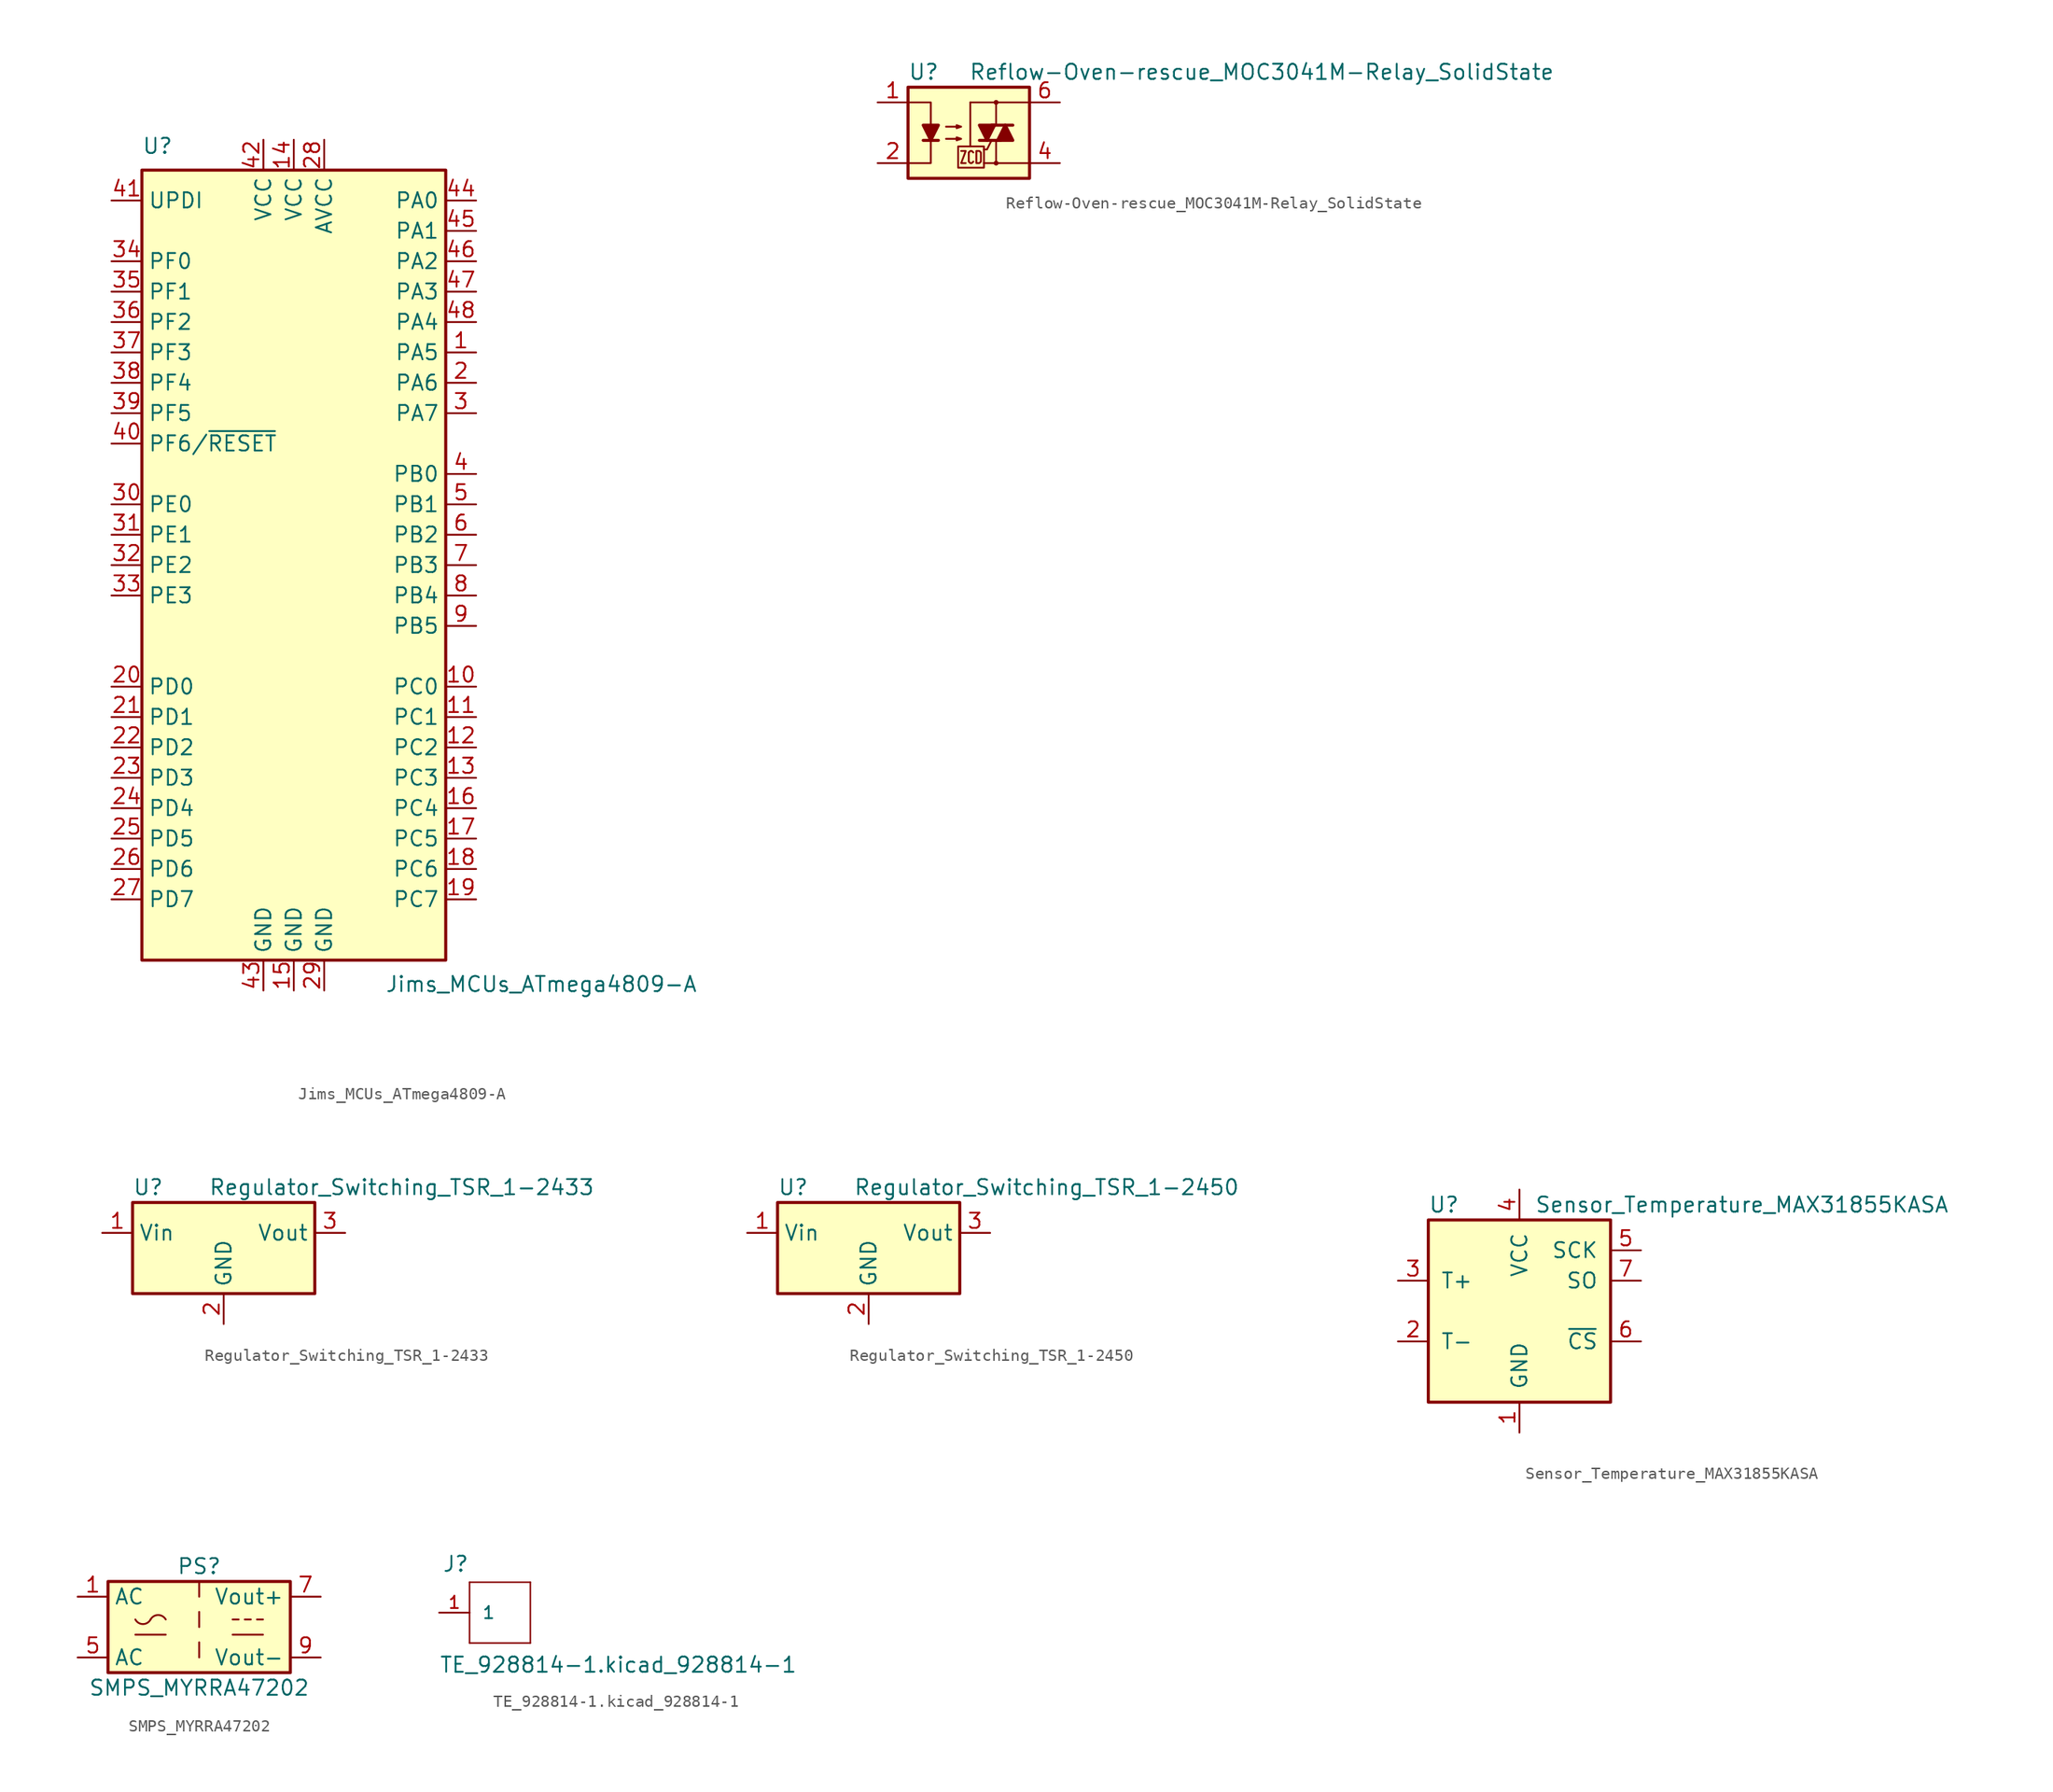
<source format=kicad_sym>
(kicad_symbol_lib
  (version 20231120)
  (generator "kicad_symbol_editor")
  (generator_version "8.0")
  (symbol "Jims_MCUs_ATmega4809-A"
    (property "Reference" "U"
      (at -12.7 34.29 0)
      (effects (font (size 1.27 1.27)) (justify left bottom)))
    (property "Value" "Jims_MCUs_ATmega4809-A"
      (at 7.62 -34.29 0)
      (effects (font (size 1.27 1.27)) (justify left top)))
    (symbol "Jims_MCUs_ATmega4809-A_0_1"
      (rectangle (start -12.7 -33.02) (end 12.7 33.02) (stroke (width 0.254) (type solid)) (fill (type background))))
    (symbol "Jims_MCUs_ATmega4809-A_1_1"
      (pin bidirectional line (at 15.24 17.78 180) (length 2.54) (name "PA5" (effects (font (size 1.27 1.27)))) (number "1" (effects (font (size 1.27 1.27)))))
      (pin bidirectional line (at 15.24 -10.16 180) (length 2.54) (name "PC0" (effects (font (size 1.27 1.27)))) (number "10" (effects (font (size 1.27 1.27)))))
      (pin bidirectional line (at 15.24 -12.7 180) (length 2.54) (name "PC1" (effects (font (size 1.27 1.27)))) (number "11" (effects (font (size 1.27 1.27)))))
      (pin bidirectional line (at 15.24 -15.24 180) (length 2.54) (name "PC2" (effects (font (size 1.27 1.27)))) (number "12" (effects (font (size 1.27 1.27)))))
      (pin bidirectional line (at 15.24 -17.78 180) (length 2.54) (name "PC3" (effects (font (size 1.27 1.27)))) (number "13" (effects (font (size 1.27 1.27)))))
      (pin power_in line (at 0 35.56 270) (length 2.54) (name "VCC" (effects (font (size 1.27 1.27)))) (number "14" (effects (font (size 1.27 1.27)))))
      (pin power_in line (at 0 -35.56 90) (length 2.54) (name "GND" (effects (font (size 1.27 1.27)))) (number "15" (effects (font (size 1.27 1.27)))))
      (pin bidirectional line (at 15.24 -20.32 180) (length 2.54) (name "PC4" (effects (font (size 1.27 1.27)))) (number "16" (effects (font (size 1.27 1.27)))))
      (pin bidirectional line (at 15.24 -22.86 180) (length 2.54) (name "PC5" (effects (font (size 1.27 1.27)))) (number "17" (effects (font (size 1.27 1.27)))))
      (pin bidirectional line (at 15.24 -25.4 180) (length 2.54) (name "PC6" (effects (font (size 1.27 1.27)))) (number "18" (effects (font (size 1.27 1.27)))))
      (pin bidirectional line (at 15.24 -27.94 180) (length 2.54) (name "PC7" (effects (font (size 1.27 1.27)))) (number "19" (effects (font (size 1.27 1.27)))))
      (pin bidirectional line (at 15.24 15.24 180) (length 2.54) (name "PA6" (effects (font (size 1.27 1.27)))) (number "2" (effects (font (size 1.27 1.27)))))
      (pin bidirectional line (at -15.24 -10.16 0) (length 2.54) (name "PD0" (effects (font (size 1.27 1.27)))) (number "20" (effects (font (size 1.27 1.27)))))
      (pin bidirectional line (at -15.24 -12.7 0) (length 2.54) (name "PD1" (effects (font (size 1.27 1.27)))) (number "21" (effects (font (size 1.27 1.27)))))
      (pin bidirectional line (at -15.24 -15.24 0) (length 2.54) (name "PD2" (effects (font (size 1.27 1.27)))) (number "22" (effects (font (size 1.27 1.27)))))
      (pin bidirectional line (at -15.24 -17.78 0) (length 2.54) (name "PD3" (effects (font (size 1.27 1.27)))) (number "23" (effects (font (size 1.27 1.27)))))
      (pin bidirectional line (at -15.24 -20.32 0) (length 2.54) (name "PD4" (effects (font (size 1.27 1.27)))) (number "24" (effects (font (size 1.27 1.27)))))
      (pin bidirectional line (at -15.24 -22.86 0) (length 2.54) (name "PD5" (effects (font (size 1.27 1.27)))) (number "25" (effects (font (size 1.27 1.27)))))
      (pin bidirectional line (at -15.24 -25.4 0) (length 2.54) (name "PD6" (effects (font (size 1.27 1.27)))) (number "26" (effects (font (size 1.27 1.27)))))
      (pin bidirectional line (at -15.24 -27.94 0) (length 2.54) (name "PD7" (effects (font (size 1.27 1.27)))) (number "27" (effects (font (size 1.27 1.27)))))
      (pin power_in line (at 2.54 35.56 270) (length 2.54) (name "AVCC" (effects (font (size 1.27 1.27)))) (number "28" (effects (font (size 1.27 1.27)))))
      (pin power_in line (at 2.54 -35.56 90) (length 2.54) (name "GND" (effects (font (size 1.27 1.27)))) (number "29" (effects (font (size 1.27 1.27)))))
      (pin bidirectional line (at 15.24 12.7 180) (length 2.54) (name "PA7" (effects (font (size 1.27 1.27)))) (number "3" (effects (font (size 1.27 1.27)))))
      (pin bidirectional line (at -15.24 5.08 0) (length 2.54) (name "PE0" (effects (font (size 1.27 1.27)))) (number "30" (effects (font (size 1.27 1.27)))))
      (pin bidirectional line (at -15.24 2.54 0) (length 2.54) (name "PE1" (effects (font (size 1.27 1.27)))) (number "31" (effects (font (size 1.27 1.27)))))
      (pin bidirectional line (at -15.24 0 0) (length 2.54) (name "PE2" (effects (font (size 1.27 1.27)))) (number "32" (effects (font (size 1.27 1.27)))))
      (pin bidirectional line (at -15.24 -2.54 0) (length 2.54) (name "PE3" (effects (font (size 1.27 1.27)))) (number "33" (effects (font (size 1.27 1.27)))))
      (pin bidirectional line (at -15.24 25.4 0) (length 2.54) (name "PF0" (effects (font (size 1.27 1.27)))) (number "34" (effects (font (size 1.27 1.27)))))
      (pin bidirectional line (at -15.24 22.86 0) (length 2.54) (name "PF1" (effects (font (size 1.27 1.27)))) (number "35" (effects (font (size 1.27 1.27)))))
      (pin bidirectional line (at -15.24 20.32 0) (length 2.54) (name "PF2" (effects (font (size 1.27 1.27)))) (number "36" (effects (font (size 1.27 1.27)))))
      (pin bidirectional line (at -15.24 17.78 0) (length 2.54) (name "PF3" (effects (font (size 1.27 1.27)))) (number "37" (effects (font (size 1.27 1.27)))))
      (pin bidirectional line (at -15.24 15.24 0) (length 2.54) (name "PF4" (effects (font (size 1.27 1.27)))) (number "38" (effects (font (size 1.27 1.27)))))
      (pin bidirectional line (at -15.24 12.7 0) (length 2.54) (name "PF5" (effects (font (size 1.27 1.27)))) (number "39" (effects (font (size 1.27 1.27)))))
      (pin bidirectional line (at 15.24 7.62 180) (length 2.54) (name "PB0" (effects (font (size 1.27 1.27)))) (number "4" (effects (font (size 1.27 1.27)))))
      (pin bidirectional line (at -15.24 10.16 0) (length 2.54) (name "PF6/~{RESET}" (effects (font (size 1.27 1.27)))) (number "40" (effects (font (size 1.27 1.27)))))
      (pin bidirectional line (at -15.24 30.48 0) (length 2.54) (name "UPDI" (effects (font (size 1.27 1.27)))) (number "41" (effects (font (size 1.27 1.27)))))
      (pin power_in line (at -2.54 35.56 270) (length 2.54) (name "VCC" (effects (font (size 1.27 1.27)))) (number "42" (effects (font (size 1.27 1.27)))))
      (pin power_in line (at -2.54 -35.56 90) (length 2.54) (name "GND" (effects (font (size 1.27 1.27)))) (number "43" (effects (font (size 1.27 1.27)))))
      (pin bidirectional line (at 15.24 30.48 180) (length 2.54) (name "PA0" (effects (font (size 1.27 1.27)))) (number "44" (effects (font (size 1.27 1.27)))))
      (pin bidirectional line (at 15.24 27.94 180) (length 2.54) (name "PA1" (effects (font (size 1.27 1.27)))) (number "45" (effects (font (size 1.27 1.27)))))
      (pin bidirectional line (at 15.24 25.4 180) (length 2.54) (name "PA2" (effects (font (size 1.27 1.27)))) (number "46" (effects (font (size 1.27 1.27)))))
      (pin bidirectional line (at 15.24 22.86 180) (length 2.54) (name "PA3" (effects (font (size 1.27 1.27)))) (number "47" (effects (font (size 1.27 1.27)))))
      (pin bidirectional line (at 15.24 20.32 180) (length 2.54) (name "PA4" (effects (font (size 1.27 1.27)))) (number "48" (effects (font (size 1.27 1.27)))))
      (pin bidirectional line (at 15.24 5.08 180) (length 2.54) (name "PB1" (effects (font (size 1.27 1.27)))) (number "5" (effects (font (size 1.27 1.27)))))
      (pin bidirectional line (at 15.24 2.54 180) (length 2.54) (name "PB2" (effects (font (size 1.27 1.27)))) (number "6" (effects (font (size 1.27 1.27)))))
      (pin bidirectional line (at 15.24 0 180) (length 2.54) (name "PB3" (effects (font (size 1.27 1.27)))) (number "7" (effects (font (size 1.27 1.27)))))
      (pin bidirectional line (at 15.24 -2.54 180) (length 2.54) (name "PB4" (effects (font (size 1.27 1.27)))) (number "8" (effects (font (size 1.27 1.27)))))
      (pin bidirectional line (at 15.24 -5.08 180) (length 2.54) (name "PB5" (effects (font (size 1.27 1.27)))) (number "9" (effects (font (size 1.27 1.27)))))))
  (symbol "Reflow-Oven-rescue_MOC3041M-Relay_SolidState"
    (pin_names
      (offset 1.016))
    (property "Reference" "U"
      (at -5.08 5.08 0)
      (effects (font (size 1.27 1.27)) (justify left)))
    (property "Value" "Reflow-Oven-rescue_MOC3041M-Relay_SolidState"
      (at 0 5.08 0)
      (effects (font (size 1.27 1.27)) (justify left)))
    (symbol "Reflow-Oven-rescue_MOC3041M-Relay_SolidState_0_1"
      (rectangle (start -5.08 3.81) (end 5.08 -3.81) (stroke (width 0.254) (type solid)) (fill (type background)))
      (polyline (pts (xy -3.81 -0.635) (xy -2.54 -0.635)) (stroke (width 0.254) (type solid)) (fill (type none)))
      (polyline (pts (xy 0.127 -1.143) (xy 0.127 2.54)) (stroke (width 0) (type solid)) (fill (type none)))
      (polyline (pts (xy 0.127 2.54) (xy 2.286 2.54)) (stroke (width 0) (type solid)) (fill (type none)))
      (polyline (pts (xy 1.905 0.635) (xy 3.683 0.635)) (stroke (width 0.254) (type solid)) (fill (type none)))
      (polyline (pts (xy 2.286 -2.54) (xy 1.27 -2.54)) (stroke (width 0) (type solid)) (fill (type none)))
      (polyline (pts (xy 2.286 -2.54) (xy 2.286 -0.635)) (stroke (width 0) (type solid)) (fill (type none)))
      (polyline (pts (xy 2.286 -2.54) (xy 5.08 -2.54)) (stroke (width 0) (type solid)) (fill (type none)))
      (polyline (pts (xy 2.286 2.54) (xy 2.286 0.635)) (stroke (width 0) (type solid)) (fill (type none)))
      (polyline (pts (xy 2.286 2.54) (xy 5.08 2.54)) (stroke (width 0) (type solid)) (fill (type none)))
      (polyline (pts (xy 2.667 -0.635) (xy 0.889 -0.635)) (stroke (width 0.254) (type solid)) (fill (type none)))
      (polyline (pts (xy -5.08 2.54) (xy -3.175 2.54) (xy -3.175 0.635)) (stroke (width 0) (type solid)) (fill (type none)))
      (polyline (pts (xy -3.175 -0.635) (xy -3.175 -2.54) (xy -5.08 -2.54)) (stroke (width 0) (type solid)) (fill (type none)))
      (polyline (pts (xy 1.905 -0.635) (xy 1.524 -1.397) (xy 1.27 -1.397)) (stroke (width 0) (type solid)) (fill (type none)))
      (polyline (pts (xy -3.175 -0.635) (xy -3.81 0.635) (xy -2.54 0.635) (xy -3.175 -0.635)) (stroke (width 0.254) (type solid)) (fill (type outline)))
      (polyline (pts (xy -0.635 -1.524) (xy -0.254 -1.524) (xy -0.635 -2.54) (xy -0.254 -2.54)) (stroke (width 0) (type solid)) (fill (type none)))
      (polyline (pts (xy 0 -1.651) (xy 0.127 -1.524) (xy 0.254 -1.524) (xy 0.381 -1.651)) (stroke (width 0) (type solid)) (fill (type none)))
      (polyline (pts (xy 1.524 -0.635) (xy 2.159 0.635) (xy 0.889 0.635) (xy 1.524 -0.635)) (stroke (width 0.254) (type solid)) (fill (type outline)))
      (polyline (pts (xy 3.048 0.635) (xy 2.413 -0.635) (xy 3.683 -0.635) (xy 3.048 0.635)) (stroke (width 0.254) (type solid)) (fill (type outline)))
      (polyline (pts (xy -1.905 -0.508) (xy -0.635 -0.508) (xy -1.016 -0.635) (xy -1.016 -0.381) (xy -0.635 -0.508)) (stroke (width 0) (type solid)) (fill (type none)))
      (polyline (pts (xy -1.905 0.508) (xy -0.635 0.508) (xy -1.016 0.381) (xy -1.016 0.635) (xy -0.635 0.508)) (stroke (width 0) (type solid)) (fill (type none)))
      (polyline (pts (xy -0.889 -1.143) (xy -0.889 -2.921) (xy 1.27 -2.921) (xy 1.27 -1.143) (xy -0.889 -1.143)) (stroke (width 0) (type solid)) (fill (type none)))
      (polyline (pts (xy 0.381 -2.413) (xy 0.254 -2.54) (xy 0.127 -2.54) (xy 0 -2.413) (xy 0 -1.651)) (stroke (width 0) (type solid)) (fill (type none)))
      (polyline (pts (xy 0.635 -1.524) (xy 0.635 -2.54) (xy 0.889 -2.54) (xy 1.016 -2.413) (xy 1.016 -1.651) (xy 0.889 -1.524) (xy 0.635 -1.524)) (stroke (width 0) (type solid)) (fill (type none)))
      (circle (center 2.286 -2.54) (radius 0.127) (stroke (width 0) (type solid)) (fill (type none)))
      (circle (center 2.286 2.54) (radius 0.127) (stroke (width 0) (type solid)) (fill (type none))))
    (symbol "Reflow-Oven-rescue_MOC3041M-Relay_SolidState_1_1"
      (pin passive line (at -7.62 2.54 0) (length 2.54) (name "~" (effects (font (size 1.27 1.27)))) (number "1" (effects (font (size 1.27 1.27)))))
      (pin passive line (at -7.62 -2.54 0) (length 2.54) (name "~" (effects (font (size 1.27 1.27)))) (number "2" (effects (font (size 1.27 1.27)))))
      (pin no_connect line (at -7.62 0 0) (length 2.54) hide (name "NC" (effects (font (size 1.27 1.27)))) (number "3" (effects (font (size 1.27 1.27)))))
      (pin passive line (at 7.62 -2.54 180) (length 2.54) (name "~" (effects (font (size 1.27 1.27)))) (number "4" (effects (font (size 1.27 1.27)))))
      (pin no_connect line (at 7.62 0 180) (length 2.54) hide (name "NC" (effects (font (size 1.27 1.27)))) (number "5" (effects (font (size 1.27 1.27)))))
      (pin passive line (at 7.62 2.54 180) (length 2.54) (name "~" (effects (font (size 1.27 1.27)))) (number "6" (effects (font (size 1.27 1.27)))))))
  (symbol "Regulator_Switching_TSR_1-2433"
    (property "Reference" "U"
      (at -7.62 6.35 0)
      (effects (font (size 1.27 1.27)) (justify left)))
    (property "Value" "Regulator_Switching_TSR_1-2433"
      (at -1.27 6.35 0)
      (effects (font (size 1.27 1.27)) (justify left)))
    (symbol "Regulator_Switching_TSR_1-2433_0_1"
      (rectangle (start -7.62 5.08) (end 7.62 -2.54) (stroke (width 0.254) (type solid)) (fill (type background))))
    (symbol "Regulator_Switching_TSR_1-2433_1_1"
      (pin power_in line (at -10.16 2.54 0) (length 2.54) (name "Vin" (effects (font (size 1.27 1.27)))) (number "1" (effects (font (size 1.27 1.27)))))
      (pin power_in line (at 0 -5.08 90) (length 2.54) (name "GND" (effects (font (size 1.27 1.27)))) (number "2" (effects (font (size 1.27 1.27)))))
      (pin power_out line (at 10.16 2.54 180) (length 2.54) (name "Vout" (effects (font (size 1.27 1.27)))) (number "3" (effects (font (size 1.27 1.27)))))))
  (symbol "Regulator_Switching_TSR_1-2450"
    (property "Reference" "U"
      (at -7.62 6.35 0)
      (effects (font (size 1.27 1.27)) (justify left)))
    (property "Value" "Regulator_Switching_TSR_1-2450"
      (at -1.27 6.35 0)
      (effects (font (size 1.27 1.27)) (justify left)))
    (symbol "Regulator_Switching_TSR_1-2450_0_1"
      (rectangle (start -7.62 5.08) (end 7.62 -2.54) (stroke (width 0.254) (type solid)) (fill (type background))))
    (symbol "Regulator_Switching_TSR_1-2450_1_1"
      (pin power_in line (at -10.16 2.54 0) (length 2.54) (name "Vin" (effects (font (size 1.27 1.27)))) (number "1" (effects (font (size 1.27 1.27)))))
      (pin power_in line (at 0 -5.08 90) (length 2.54) (name "GND" (effects (font (size 1.27 1.27)))) (number "2" (effects (font (size 1.27 1.27)))))
      (pin power_out line (at 10.16 2.54 180) (length 2.54) (name "Vout" (effects (font (size 1.27 1.27)))) (number "3" (effects (font (size 1.27 1.27)))))))
  (symbol "Sensor_Temperature_MAX31855KASA"
    (pin_names
      (offset 1.016))
    (property "Reference" "U"
      (at -7.62 8.89 0)
      (effects (font (size 1.27 1.27)) (justify left)))
    (property "Value" "Sensor_Temperature_MAX31855KASA"
      (at 1.27 8.89 0)
      (effects (font (size 1.27 1.27)) (justify left)))
    (symbol "Sensor_Temperature_MAX31855KASA_0_1"
      (rectangle (start -7.62 7.62) (end 7.62 -7.62) (stroke (width 0.254) (type solid)) (fill (type background))))
    (symbol "Sensor_Temperature_MAX31855KASA_1_1"
      (pin power_in line (at 0 -10.16 90) (length 2.54) (name "GND" (effects (font (size 1.27 1.27)))) (number "1" (effects (font (size 1.27 1.27)))))
      (pin passive line (at -10.16 -2.54 0) (length 2.54) (name "T-" (effects (font (size 1.27 1.27)))) (number "2" (effects (font (size 1.27 1.27)))))
      (pin passive line (at -10.16 2.54 0) (length 2.54) (name "T+" (effects (font (size 1.27 1.27)))) (number "3" (effects (font (size 1.27 1.27)))))
      (pin power_in line (at 0 10.16 270) (length 2.54) (name "VCC" (effects (font (size 1.27 1.27)))) (number "4" (effects (font (size 1.27 1.27)))))
      (pin input line (at 10.16 5.08 180) (length 2.54) (name "SCK" (effects (font (size 1.27 1.27)))) (number "5" (effects (font (size 1.27 1.27)))))
      (pin input line (at 10.16 -2.54 180) (length 2.54) (name "~{CS}" (effects (font (size 1.27 1.27)))) (number "6" (effects (font (size 1.27 1.27)))))
      (pin tri_state line (at 10.16 2.54 180) (length 2.54) (name "SO" (effects (font (size 1.27 1.27)))) (number "7" (effects (font (size 1.27 1.27)))))))
  (symbol "SMPS_MYRRA47202"
    (property "Reference" "PS"
      (at 0 5.08 0)
      (effects (font (size 1.27 1.27))))
    (property "Value" "SMPS_MYRRA47202"
      (at 0 -5.08 0)
      (effects (font (size 1.27 1.27))))
    (symbol "SMPS_MYRRA47202_0_1"
      (rectangle (start -7.62 3.81) (end 7.62 -3.81) (stroke (width 0.254) (type solid)) (fill (type background)))
      (arc (start -5.334 0.635) (mid -4.699 0.2495) (end -4.064 0.635) (stroke (width 0) (type solid)) (fill (type none)))
      (arc (start -2.794 0.635) (mid -3.429 1.0072) (end -4.064 0.635) (stroke (width 0) (type solid)) (fill (type none)))
      (polyline (pts (xy -5.334 -0.635) (xy -2.794 -0.635)) (stroke (width 0) (type solid)) (fill (type none)))
      (polyline (pts (xy 2.794 -0.635) (xy 5.334 -0.635)) (stroke (width 0) (type solid)) (fill (type none)))
      (polyline (pts (xy 2.794 0.635) (xy 3.302 0.635)) (stroke (width 0) (type solid)) (fill (type none)))
      (polyline (pts (xy 3.81 0.635) (xy 4.318 0.635)) (stroke (width 0) (type solid)) (fill (type none)))
      (polyline (pts (xy 4.826 0.635) (xy 5.334 0.635)) (stroke (width 0) (type solid)) (fill (type none))))
    (symbol "SMPS_MYRRA47202_1_1"
      (polyline (pts (xy 0 -1.27) (xy 0 -2.54)) (stroke (width 0) (type solid)) (fill (type none)))
      (polyline (pts (xy 0 1.27) (xy 0 0)) (stroke (width 0) (type solid)) (fill (type none)))
      (polyline (pts (xy 0 3.81) (xy 0 2.54)) (stroke (width 0) (type solid)) (fill (type none)))
      (pin power_in line (at -10.16 2.54 0) (length 2.54) (name "AC" (effects (font (size 1.27 1.27)))) (number "1" (effects (font (size 1.27 1.27)))))
      (pin power_in line (at -10.16 -2.54 0) (length 2.54) (name "AC" (effects (font (size 1.27 1.27)))) (number "5" (effects (font (size 1.27 1.27)))))
      (pin power_out line (at 10.16 2.54 180) (length 2.54) (name "Vout+" (effects (font (size 1.27 1.27)))) (number "7" (effects (font (size 1.27 1.27)))))
      (pin power_out line (at 10.16 -2.54 180) (length 2.54) (name "Vout-" (effects (font (size 1.27 1.27)))) (number "9" (effects (font (size 1.27 1.27)))))))
  (symbol "TE_928814-1.kicad_928814-1"
    (pin_names
      (offset 1.016))
    (property "Reference" "J"
      (at -4.826 3.327 0)
      (effects (font (size 1.27 1.27)) (justify left bottom)))
    (property "Value" "TE_928814-1.kicad_928814-1"
      (at -5.08 -5.105 0)
      (effects (font (size 1.27 1.27)) (justify left bottom)))
    (property "ki_locked" ""
      (at 0 0 0)
      (effects (font (size 1.27 1.27))))
    (symbol "TE_928814-1.kicad_928814-1_0_0"
      (polyline (pts (xy -2.54 -2.54) (xy 2.54 -2.54)) (stroke (width 0.127) (type solid)) (fill (type none)))
      (polyline (pts (xy -2.54 2.54) (xy -2.54 -2.54)) (stroke (width 0.127) (type solid)) (fill (type none)))
      (polyline (pts (xy 2.54 -2.54) (xy 2.54 2.54)) (stroke (width 0.127) (type solid)) (fill (type none)))
      (polyline (pts (xy 2.54 2.54) (xy -2.54 2.54)) (stroke (width 0.127) (type solid)) (fill (type none)))
      (pin passive line (at -5.08 0 0) (length 2.54) (name "1" (effects (font (size 1.016 1.016)))) (number "1" (effects (font (size 1.016 1.016))))))))
</source>
